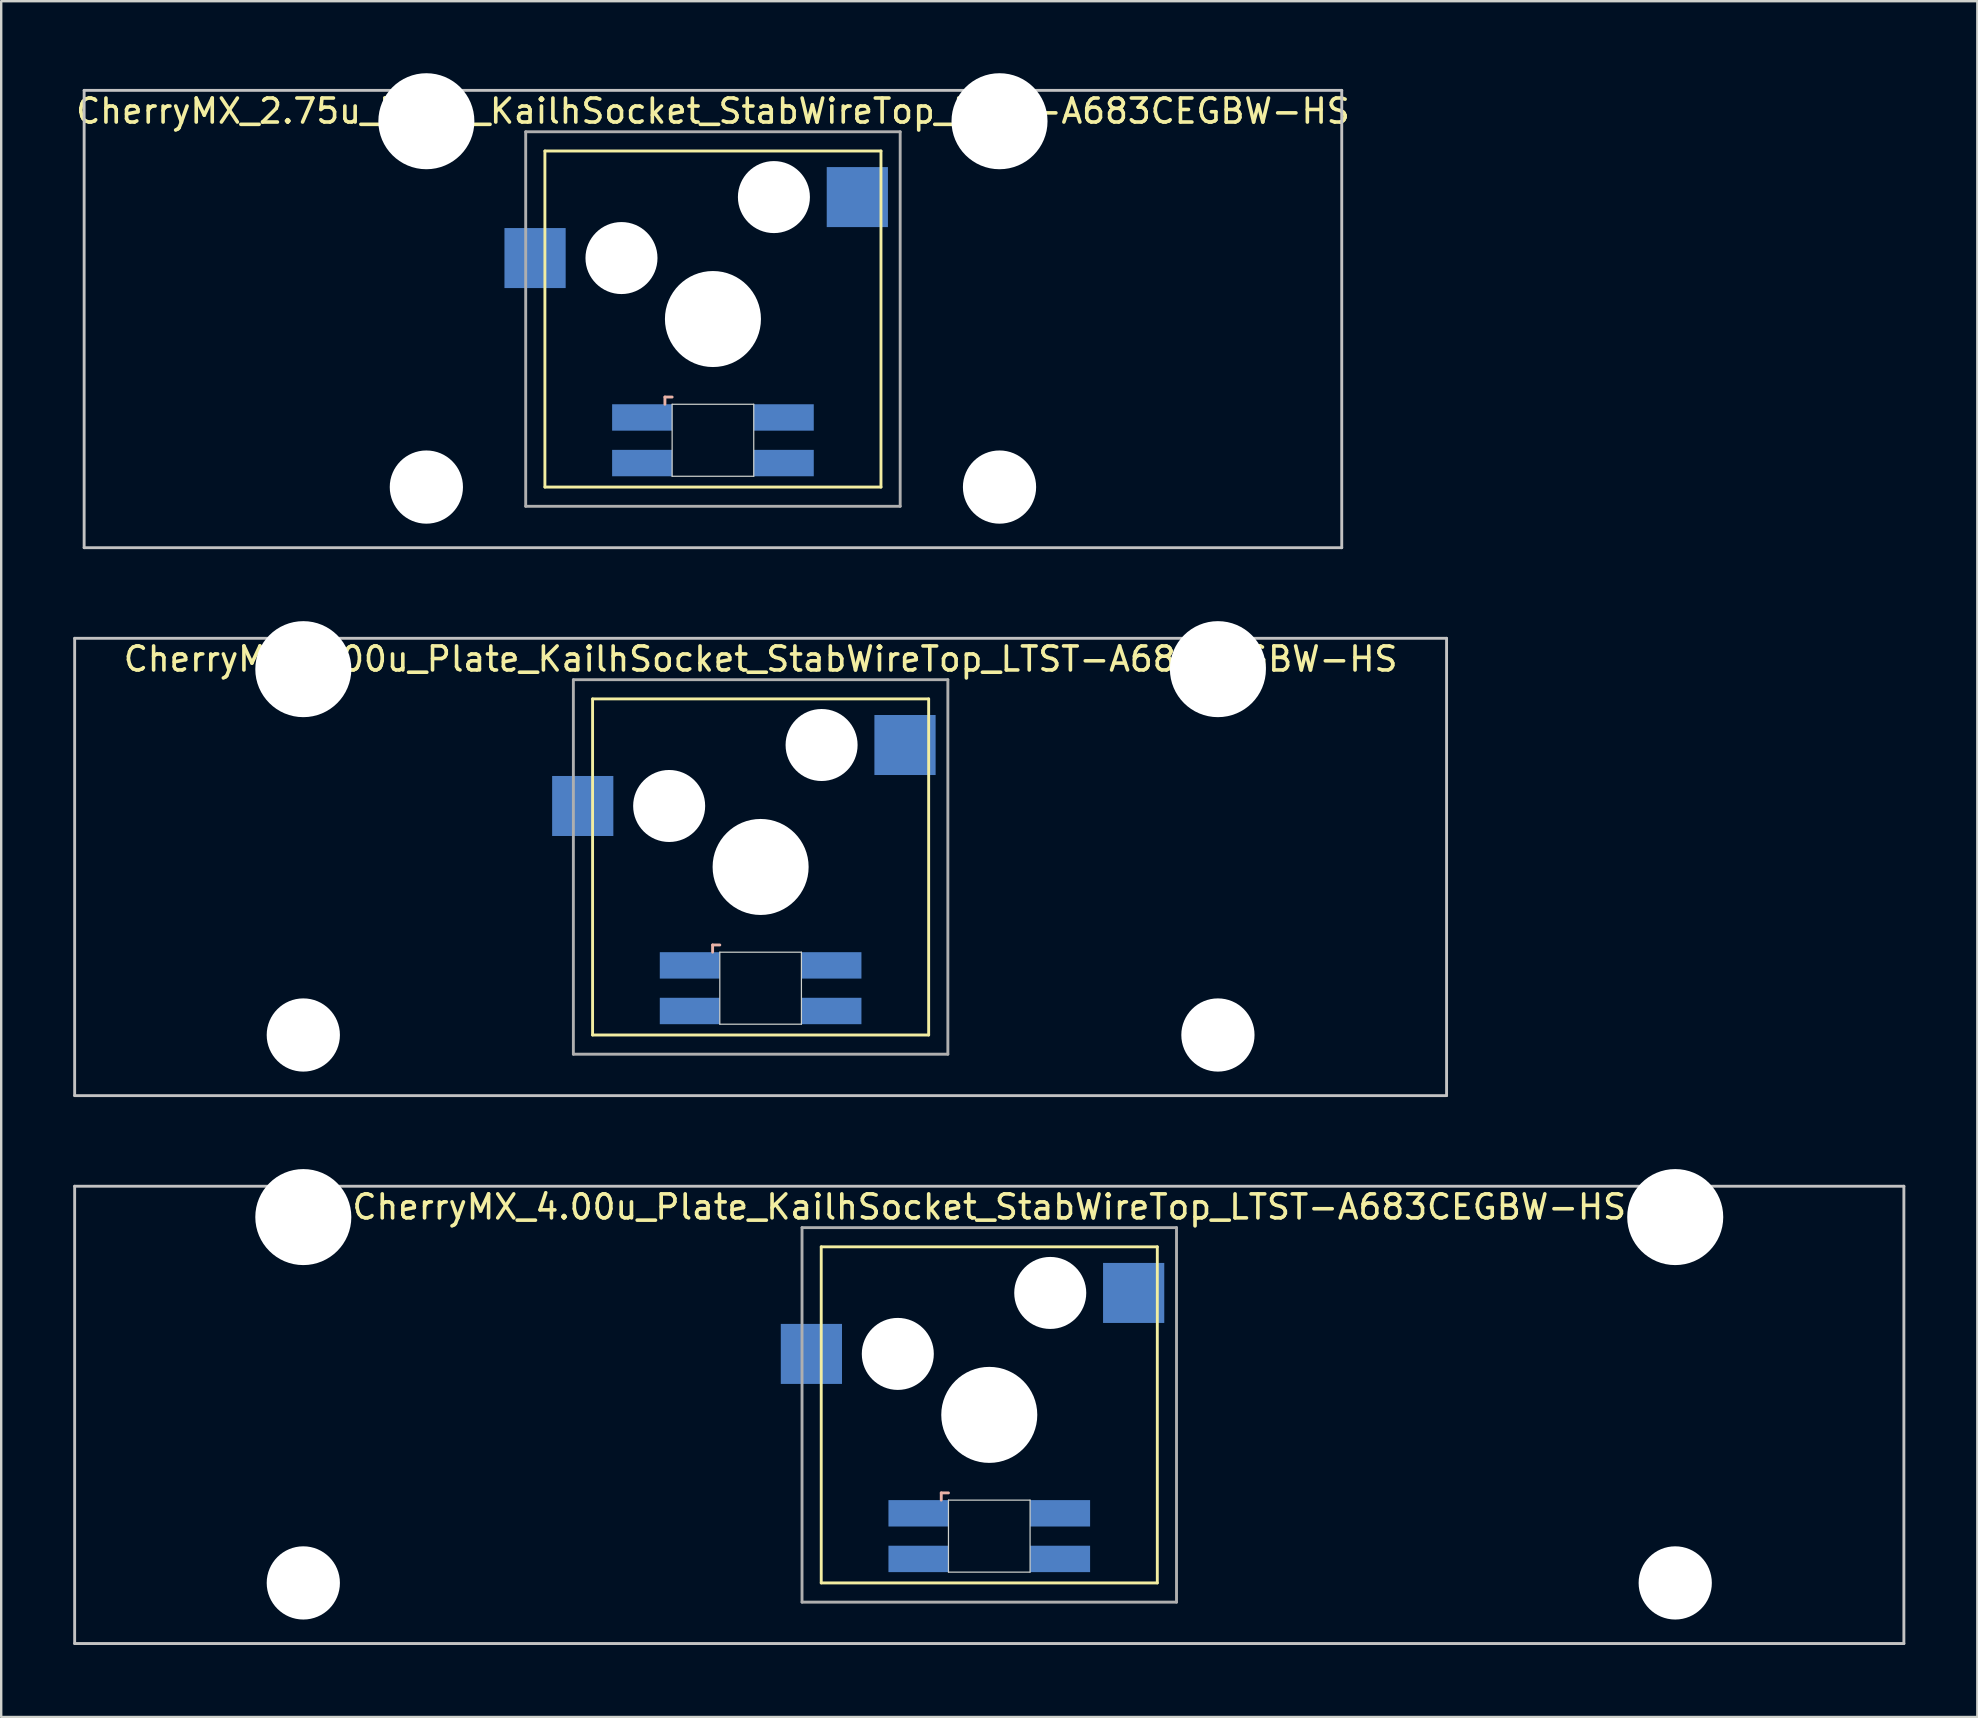
<source format=kicad_pcb>
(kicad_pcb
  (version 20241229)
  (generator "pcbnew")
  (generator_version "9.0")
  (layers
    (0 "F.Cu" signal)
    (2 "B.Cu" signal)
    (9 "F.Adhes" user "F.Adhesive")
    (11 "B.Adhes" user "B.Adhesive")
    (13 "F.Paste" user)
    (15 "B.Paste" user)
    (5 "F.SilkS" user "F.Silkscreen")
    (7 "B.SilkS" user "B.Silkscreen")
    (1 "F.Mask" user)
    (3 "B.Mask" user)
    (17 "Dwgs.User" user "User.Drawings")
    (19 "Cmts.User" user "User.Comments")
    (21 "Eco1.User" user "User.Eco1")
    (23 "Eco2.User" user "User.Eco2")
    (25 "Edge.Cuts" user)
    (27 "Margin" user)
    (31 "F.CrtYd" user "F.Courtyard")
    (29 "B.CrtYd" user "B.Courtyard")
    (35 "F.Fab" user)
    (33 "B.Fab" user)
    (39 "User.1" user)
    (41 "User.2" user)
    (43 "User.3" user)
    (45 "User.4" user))
  (footprint "CherryMX_2.75u_Plate_KailhSocket_StabWireTop_LTST-A683CEGBW-HS"
    (layer "F.Cu")
    (at 26.649 10.24)
    (property "Reference" "CherryMX_2.75u_Plate_KailhSocket_StabWireTop_LTST-A683CEGBW-HS" (at 0 -8.662 0) (layer "F.SilkS") (effects (font (size 1 1) (thickness 0.15))))
    (attr through_hole)
    (fp_line (start -7 -7) (end -7 7) (stroke (width 0.12) (type solid)) (layer "F.SilkS"))
    (fp_line (start -7 -7) (end 7 -7) (stroke (width 0.12) (type solid)) (layer "F.SilkS"))
    (fp_line (start 7 -7) (end 7 7) (stroke (width 0.12) (type solid)) (layer "F.SilkS"))
    (fp_line (start 7 7) (end -7 7) (stroke (width 0.12) (type solid)) (layer "F.SilkS"))
    (fp_line (start -2 3.25) (end -2 3.55) (stroke (width 0.12) (type solid)) (layer "B.SilkS"))
    (fp_line (start -1.7 3.25) (end -2 3.25) (stroke (width 0.12) (type solid)) (layer "B.SilkS"))
    (fp_line (start -26.194 -9.525) (end 26.194 -9.525) (stroke (width 0.12) (type solid)) (layer "Dwgs.User"))
    (fp_line (start -26.194 9.525) (end -26.194 -9.525) (stroke (width 0.12) (type solid)) (layer "Dwgs.User"))
    (fp_line (start 26.194 -9.525) (end 26.194 9.525) (stroke (width 0.12) (type solid)) (layer "Dwgs.User"))
    (fp_line (start 26.194 9.525) (end -26.194 9.525) (stroke (width 0.12) (type solid)) (layer "Dwgs.User"))
    (fp_line (start -1.7 3.55) (end 1.7 3.55) (stroke (width 0.05) (type solid)) (layer "Edge.Cuts"))
    (fp_line (start -1.7 6.55) (end -1.7 3.55) (stroke (width 0.05) (type solid)) (layer "Edge.Cuts"))
    (fp_line (start 1.7 3.55) (end 1.7 6.55) (stroke (width 0.05) (type solid)) (layer "Edge.Cuts"))
    (fp_line (start 1.7 6.55) (end -1.7 6.55) (stroke (width 0.05) (type solid)) (layer "Edge.Cuts"))
    (fp_line (start -7.8 -7.8) (end -7.8 7.8) (stroke (width 0.12) (type solid)) (layer "F.Fab"))
    (fp_line (start -7.8 -7.8) (end 7.8 -7.8) (stroke (width 0.12) (type solid)) (layer "F.Fab"))
    (fp_line (start -7.8 7.8) (end 7.8 7.8) (stroke (width 0.12) (type solid)) (layer "F.Fab"))
    (fp_line (start 7.8 -7.8) (end 7.8 7.8) (stroke (width 0.12) (type solid)) (layer "F.Fab"))
    (pad "" np_thru_hole circle (at -11.938 -8.24) (size 4 4) (drill 4) (layers "*.Cu" "*.Mask"))
    (pad "" np_thru_hole circle (at -11.938 7) (size 3.05 3.05) (drill 3.05) (layers "*.Cu" "*.Mask"))
    (pad "" np_thru_hole circle (at -3.81 -2.54) (size 3 3) (drill 3) (layers "*.Cu" "*.Mask"))
    (pad "" np_thru_hole circle (at 0 0) (size 4 4) (drill 4) (layers "*.Cu" "*.Mask"))
    (pad "" np_thru_hole circle (at 2.54 -5.08) (size 3 3) (drill 3) (layers "*.Cu" "*.Mask"))
    (pad "" np_thru_hole circle (at 11.938 -8.24) (size 4 4) (drill 4) (layers "*.Cu" "*.Mask"))
    (pad "" np_thru_hole circle (at 11.938 7) (size 3.05 3.05) (drill 3.05) (layers "*.Cu" "*.Mask"))
    (pad "1" smd rect (at -7.41 -2.54) (size 2.55 2.5) (layers "B.Cu" "B.Mask" "B.Paste"))
    (pad "2" smd rect (at 6.015 -5.08) (size 2.55 2.5) (layers "B.Cu" "B.Mask" "B.Paste"))
    (pad "3" smd rect (at -2.95 4.1) (size 2.5 1.1) (layers "B.Cu" "B.Mask" "B.Paste"))
    (pad "4" smd rect (at -2.95 6) (size 2.5 1.1) (layers "B.Cu" "B.Mask" "B.Paste"))
    (pad "5" smd rect (at 2.95 4.1) (size 2.5 1.1) (layers "B.Cu" "B.Mask" "B.Paste"))
    (pad "6" smd rect (at 2.95 6) (size 2.5 1.1) (layers "B.Cu" "B.Mask" "B.Paste")))
  (footprint "CherryMX_4.00u_Plate_KailhSocket_StabWireTop_LTST-A683CEGBW-HS"
    (layer "F.Cu")
    (at 38.16 55.89)
    (property "Reference" "CherryMX_4.00u_Plate_KailhSocket_StabWireTop_LTST-A683CEGBW-HS" (at 0 -8.662 0) (layer "F.SilkS") (effects (font (size 1 1) (thickness 0.15))))
    (attr through_hole)
    (fp_line (start -7 -7) (end -7 7) (stroke (width 0.12) (type solid)) (layer "F.SilkS"))
    (fp_line (start -7 -7) (end 7 -7) (stroke (width 0.12) (type solid)) (layer "F.SilkS"))
    (fp_line (start 7 -7) (end 7 7) (stroke (width 0.12) (type solid)) (layer "F.SilkS"))
    (fp_line (start 7 7) (end -7 7) (stroke (width 0.12) (type solid)) (layer "F.SilkS"))
    (fp_line (start -2 3.25) (end -2 3.55) (stroke (width 0.12) (type solid)) (layer "B.SilkS"))
    (fp_line (start -1.7 3.25) (end -2 3.25) (stroke (width 0.12) (type solid)) (layer "B.SilkS"))
    (fp_line (start -38.1 -9.525) (end 38.1 -9.525) (stroke (width 0.12) (type solid)) (layer "Dwgs.User"))
    (fp_line (start -38.1 9.525) (end -38.1 -9.525) (stroke (width 0.12) (type solid)) (layer "Dwgs.User"))
    (fp_line (start 38.1 -9.525) (end 38.1 9.525) (stroke (width 0.12) (type solid)) (layer "Dwgs.User"))
    (fp_line (start 38.1 9.525) (end -38.1 9.525) (stroke (width 0.12) (type solid)) (layer "Dwgs.User"))
    (fp_line (start -1.7 3.55) (end 1.7 3.55) (stroke (width 0.05) (type solid)) (layer "Edge.Cuts"))
    (fp_line (start -1.7 6.55) (end -1.7 3.55) (stroke (width 0.05) (type solid)) (layer "Edge.Cuts"))
    (fp_line (start 1.7 3.55) (end 1.7 6.55) (stroke (width 0.05) (type solid)) (layer "Edge.Cuts"))
    (fp_line (start 1.7 6.55) (end -1.7 6.55) (stroke (width 0.05) (type solid)) (layer "Edge.Cuts"))
    (fp_line (start -7.8 -7.8) (end -7.8 7.8) (stroke (width 0.12) (type solid)) (layer "F.Fab"))
    (fp_line (start -7.8 -7.8) (end 7.8 -7.8) (stroke (width 0.12) (type solid)) (layer "F.Fab"))
    (fp_line (start -7.8 7.8) (end 7.8 7.8) (stroke (width 0.12) (type solid)) (layer "F.Fab"))
    (fp_line (start 7.8 -7.8) (end 7.8 7.8) (stroke (width 0.12) (type solid)) (layer "F.Fab"))
    (pad "" np_thru_hole circle (at -28.575 -8.24) (size 4 4) (drill 4) (layers "*.Cu" "*.Mask"))
    (pad "" np_thru_hole circle (at -28.575 7) (size 3.05 3.05) (drill 3.05) (layers "*.Cu" "*.Mask"))
    (pad "" np_thru_hole circle (at -3.81 -2.54) (size 3 3) (drill 3) (layers "*.Cu" "*.Mask"))
    (pad "" np_thru_hole circle (at 0 0) (size 4 4) (drill 4) (layers "*.Cu" "*.Mask"))
    (pad "" np_thru_hole circle (at 2.54 -5.08) (size 3 3) (drill 3) (layers "*.Cu" "*.Mask"))
    (pad "" np_thru_hole circle (at 28.575 -8.24) (size 4 4) (drill 4) (layers "*.Cu" "*.Mask"))
    (pad "" np_thru_hole circle (at 28.575 7) (size 3.05 3.05) (drill 3.05) (layers "*.Cu" "*.Mask"))
    (pad "1" smd rect (at -7.41 -2.54) (size 2.55 2.5) (layers "B.Cu" "B.Mask" "B.Paste"))
    (pad "2" smd rect (at 6.015 -5.08) (size 2.55 2.5) (layers "B.Cu" "B.Mask" "B.Paste"))
    (pad "3" smd rect (at -2.95 4.1) (size 2.5 1.1) (layers "B.Cu" "B.Mask" "B.Paste"))
    (pad "4" smd rect (at -2.95 6) (size 2.5 1.1) (layers "B.Cu" "B.Mask" "B.Paste"))
    (pad "5" smd rect (at 2.95 4.1) (size 2.5 1.1) (layers "B.Cu" "B.Mask" "B.Paste"))
    (pad "6" smd rect (at 2.95 6) (size 2.5 1.1) (layers "B.Cu" "B.Mask" "B.Paste")))
  (footprint "CherryMX_3.00u_Plate_KailhSocket_StabWireTop_LTST-A683CEGBW-HS"
    (layer "F.Cu")
    (at 28.635 33.065)
    (property "Reference" "CherryMX_3.00u_Plate_KailhSocket_StabWireTop_LTST-A683CEGBW-HS" (at 0 -8.662 0) (layer "F.SilkS") (effects (font (size 1 1) (thickness 0.15))))
    (attr through_hole)
    (fp_line (start -7 -7) (end -7 7) (stroke (width 0.12) (type solid)) (layer "F.SilkS"))
    (fp_line (start -7 -7) (end 7 -7) (stroke (width 0.12) (type solid)) (layer "F.SilkS"))
    (fp_line (start 7 -7) (end 7 7) (stroke (width 0.12) (type solid)) (layer "F.SilkS"))
    (fp_line (start 7 7) (end -7 7) (stroke (width 0.12) (type solid)) (layer "F.SilkS"))
    (fp_line (start -2 3.25) (end -2 3.55) (stroke (width 0.12) (type solid)) (layer "B.SilkS"))
    (fp_line (start -1.7 3.25) (end -2 3.25) (stroke (width 0.12) (type solid)) (layer "B.SilkS"))
    (fp_line (start -28.575 -9.525) (end 28.575 -9.525) (stroke (width 0.12) (type solid)) (layer "Dwgs.User"))
    (fp_line (start -28.575 9.525) (end -28.575 -9.525) (stroke (width 0.12) (type solid)) (layer "Dwgs.User"))
    (fp_line (start 28.575 -9.525) (end 28.575 9.525) (stroke (width 0.12) (type solid)) (layer "Dwgs.User"))
    (fp_line (start 28.575 9.525) (end -28.575 9.525) (stroke (width 0.12) (type solid)) (layer "Dwgs.User"))
    (fp_line (start -1.7 3.55) (end 1.7 3.55) (stroke (width 0.05) (type solid)) (layer "Edge.Cuts"))
    (fp_line (start -1.7 6.55) (end -1.7 3.55) (stroke (width 0.05) (type solid)) (layer "Edge.Cuts"))
    (fp_line (start 1.7 3.55) (end 1.7 6.55) (stroke (width 0.05) (type solid)) (layer "Edge.Cuts"))
    (fp_line (start 1.7 6.55) (end -1.7 6.55) (stroke (width 0.05) (type solid)) (layer "Edge.Cuts"))
    (fp_line (start -7.8 -7.8) (end -7.8 7.8) (stroke (width 0.12) (type solid)) (layer "F.Fab"))
    (fp_line (start -7.8 -7.8) (end 7.8 -7.8) (stroke (width 0.12) (type solid)) (layer "F.Fab"))
    (fp_line (start -7.8 7.8) (end 7.8 7.8) (stroke (width 0.12) (type solid)) (layer "F.Fab"))
    (fp_line (start 7.8 -7.8) (end 7.8 7.8) (stroke (width 0.12) (type solid)) (layer "F.Fab"))
    (pad "" np_thru_hole circle (at -19.05 -8.24) (size 4 4) (drill 4) (layers "*.Cu" "*.Mask"))
    (pad "" np_thru_hole circle (at -19.05 7) (size 3.05 3.05) (drill 3.05) (layers "*.Cu" "*.Mask"))
    (pad "" np_thru_hole circle (at -3.81 -2.54) (size 3 3) (drill 3) (layers "*.Cu" "*.Mask"))
    (pad "" np_thru_hole circle (at 0 0) (size 4 4) (drill 4) (layers "*.Cu" "*.Mask"))
    (pad "" np_thru_hole circle (at 2.54 -5.08) (size 3 3) (drill 3) (layers "*.Cu" "*.Mask"))
    (pad "" np_thru_hole circle (at 19.05 -8.24) (size 4 4) (drill 4) (layers "*.Cu" "*.Mask"))
    (pad "" np_thru_hole circle (at 19.05 7) (size 3.05 3.05) (drill 3.05) (layers "*.Cu" "*.Mask"))
    (pad "1" smd rect (at -7.41 -2.54) (size 2.55 2.5) (layers "B.Cu" "B.Mask" "B.Paste"))
    (pad "2" smd rect (at 6.015 -5.08) (size 2.55 2.5) (layers "B.Cu" "B.Mask" "B.Paste"))
    (pad "3" smd rect (at -2.95 4.1) (size 2.5 1.1) (layers "B.Cu" "B.Mask" "B.Paste"))
    (pad "4" smd rect (at -2.95 6) (size 2.5 1.1) (layers "B.Cu" "B.Mask" "B.Paste"))
    (pad "5" smd rect (at 2.95 4.1) (size 2.5 1.1) (layers "B.Cu" "B.Mask" "B.Paste"))
    (pad "6" smd rect (at 2.95 6) (size 2.5 1.1) (layers "B.Cu" "B.Mask" "B.Paste")))
  (gr_rect
    (start -3 -3)
    (end 79.32 68.475)
    (stroke (width 0.1) (type default))
    (fill no)
    (layer "Edge.Cuts")))
</source>
